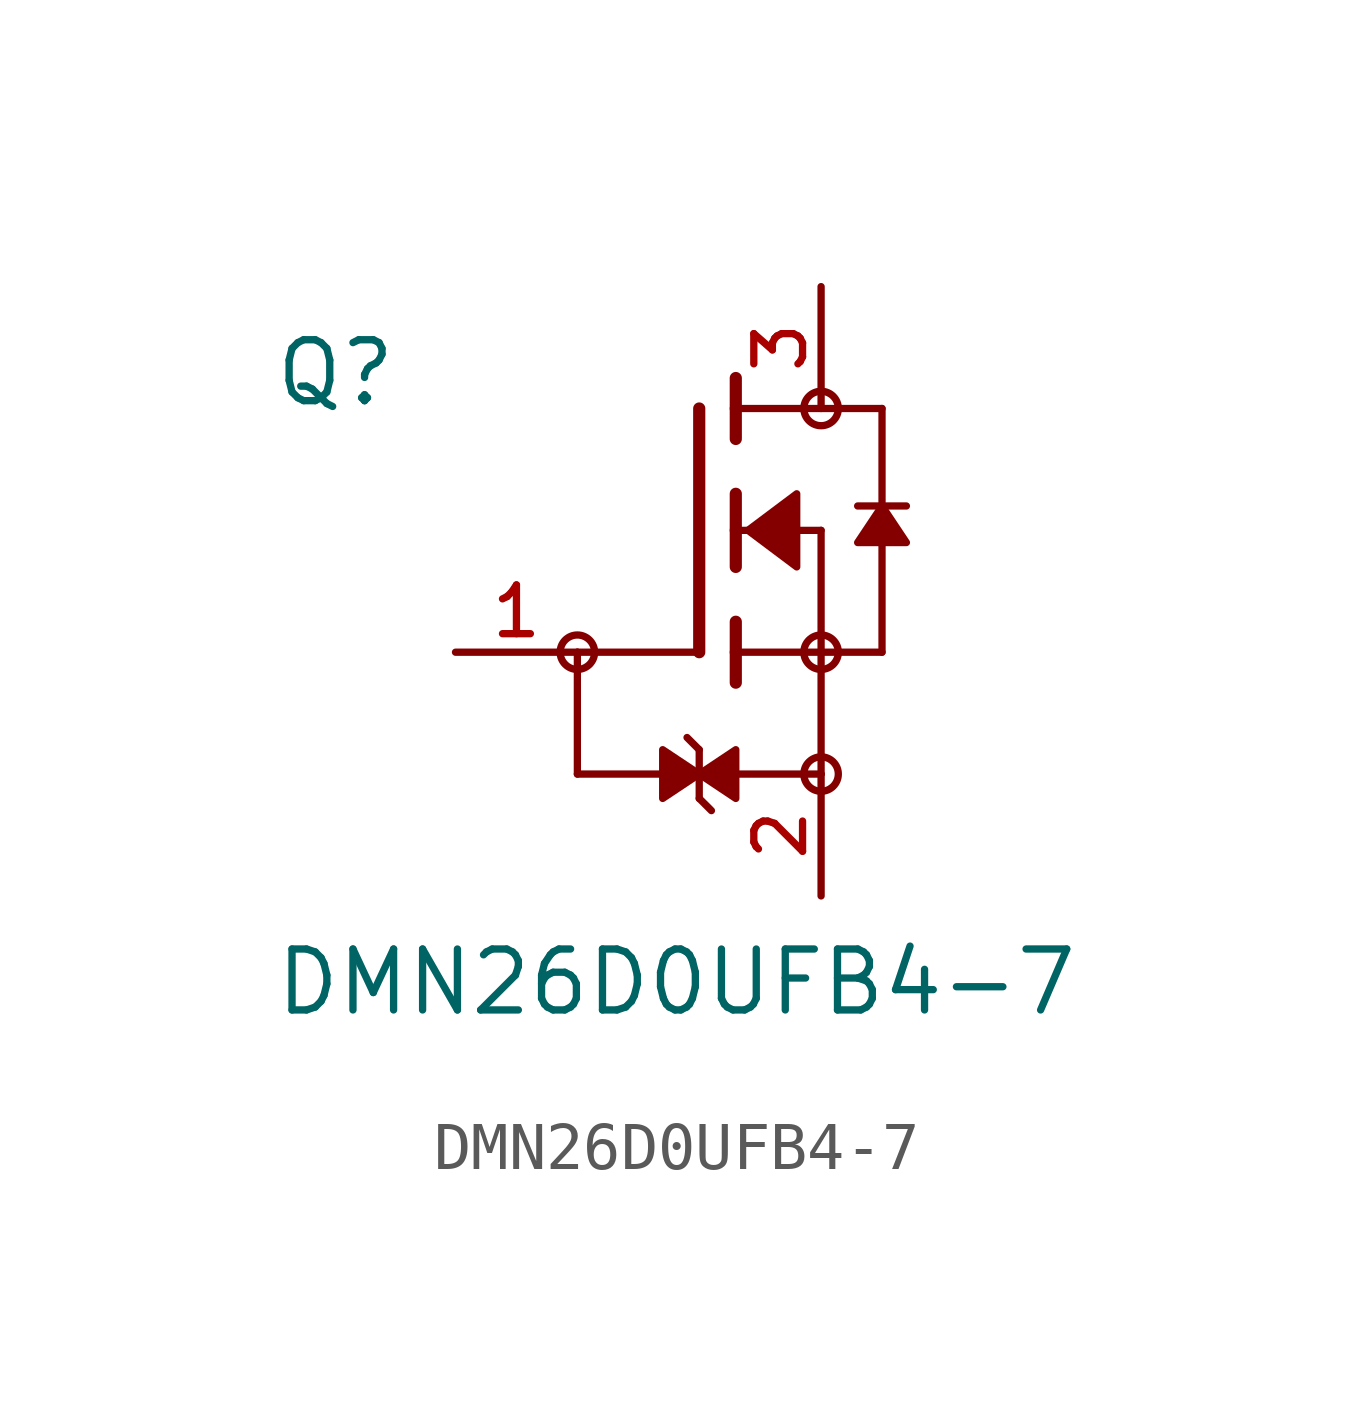
<source format=kicad_sym>
(kicad_symbol_lib
  (version 20211014)
  (generator kicad_symbol_editor)
  (symbol "DMN26D0UFB4-7"
    (pin_names
      (offset 1.016))
    (property "Reference" "Q"
      (at -8.89 2.54 0)
      (effects (font (size 1.27 1.27)) (justify bottom left)))
    (property "Value" "DMN26D0UFB4-7"
      (at -8.89 -10.16 0)
      (effects (font (size 1.27 1.27)) (justify bottom left)))
    (symbol "DMN26D0UFB4-7_0_0"
      (polyline (pts (xy 0.762 0.762) (xy 0.762 0.0)) (stroke (width 0.254)))
      (polyline (pts (xy 0.762 0.0) (xy 0.762 -0.762)) (stroke (width 0.254)))
      (polyline (pts (xy 0.762 3.175) (xy 0.762 2.54)) (stroke (width 0.254)))
      (polyline (pts (xy 0.762 2.54) (xy 0.762 1.905)) (stroke (width 0.254)))
      (polyline (pts (xy 0.762 0.0) (xy 2.54 0.0)) (stroke (width 0.152)))
      (polyline (pts (xy 2.54 0.0) (xy 2.54 -2.54)) (stroke (width 0.152)))
      (polyline (pts (xy 0.762 -1.905) (xy 0.762 -2.54)) (stroke (width 0.254)))
      (polyline (pts (xy 0.762 -2.54) (xy 0.762 -3.175)) (stroke (width 0.254)))
      (polyline (pts (xy 0.0 2.54) (xy 0.0 -2.54)) (stroke (width 0.254)))
      (polyline (pts (xy 2.54 -2.54) (xy 0.762 -2.54)) (stroke (width 0.152)))
      (polyline (pts (xy 3.81 2.54) (xy 3.81 0.508)) (stroke (width 0.152)))
      (polyline (pts (xy 3.81 0.508) (xy 3.81 -2.54)) (stroke (width 0.152)))
      (polyline (pts (xy 2.54 -2.54) (xy 3.81 -2.54)) (stroke (width 0.152)))
      (polyline (pts (xy 0.762 2.54) (xy 3.81 2.54)) (stroke (width 0.152)))
      (polyline (pts (xy 4.318 0.508) (xy 3.81 0.508)) (stroke (width 0.152)))
      (polyline (pts (xy 3.81 0.508) (xy 3.302 0.508)) (stroke (width 0.152)))
      (circle (center 2.54 -2.54) (radius 0.359) (stroke (width 0.0)) (fill (type none)))
      (circle (center 2.54 2.54) (radius 0.359) (stroke (width 0.0)) (fill (type none)))
      (polyline (pts (xy 3.81 0.508) (xy 3.302 -0.254) (xy 4.318 -0.254) (xy 3.81 0.508)) (stroke (width 0.152)) (fill (type outline)))
      (polyline (pts (xy 1.016 0.0) (xy 2.032 0.762) (xy 2.032 -0.762) (xy 1.016 0.0)) (stroke (width 0.152)) (fill (type outline)))
      (polyline (pts (xy 0.0 -4.572) (xy 0.0 -5.588)) (stroke (width 0.152)))
      (polyline (pts (xy 0.0 -5.08) (xy 0.762 -5.588) (xy 0.762 -4.572) (xy 0.0 -5.08)) (stroke (width 0.152)) (fill (type outline)))
      (polyline (pts (xy 0.0 -5.08) (xy -0.762 -4.572) (xy -0.762 -5.588) (xy 0.0 -5.08)) (stroke (width 0.152)) (fill (type outline)))
      (polyline (pts (xy 0.0 -4.572) (xy -0.254 -4.318)) (stroke (width 0.152)))
      (polyline (pts (xy 0.254 -5.842) (xy 0.0 -5.588)) (stroke (width 0.152)))
      (polyline (pts (xy -2.54 -2.54) (xy 0.0 -2.54)) (stroke (width 0.152)))
      (polyline (pts (xy -2.54 -2.54) (xy -2.54 -5.08)) (stroke (width 0.152)))
      (polyline (pts (xy -2.54 -5.08) (xy 2.54 -5.08)) (stroke (width 0.152)))
      (polyline (pts (xy 2.54 -5.08) (xy 2.54 -2.54)) (stroke (width 0.152)))
      (circle (center -2.54 -2.54) (radius 0.359) (stroke (width 0.0)) (fill (type none)))
      (circle (center 2.54 -5.08) (radius 0.359) (stroke (width 0.0)) (fill (type none)))
      (pin passive line (at 2.54 -7.62 90.0) (length 2.54) (name "~" (effects (font (size 1.016 1.016)))) (number "2" (effects (font (size 1.016 1.016)))))
      (pin passive line (at -5.08 -2.54 0) (length 2.54) (name "~" (effects (font (size 1.016 1.016)))) (number "1" (effects (font (size 1.016 1.016)))))
      (pin passive line (at 2.54 5.08 270.0) (length 2.54) (name "~" (effects (font (size 1.016 1.016)))) (number "3" (effects (font (size 1.016 1.016))))))))
</source>
